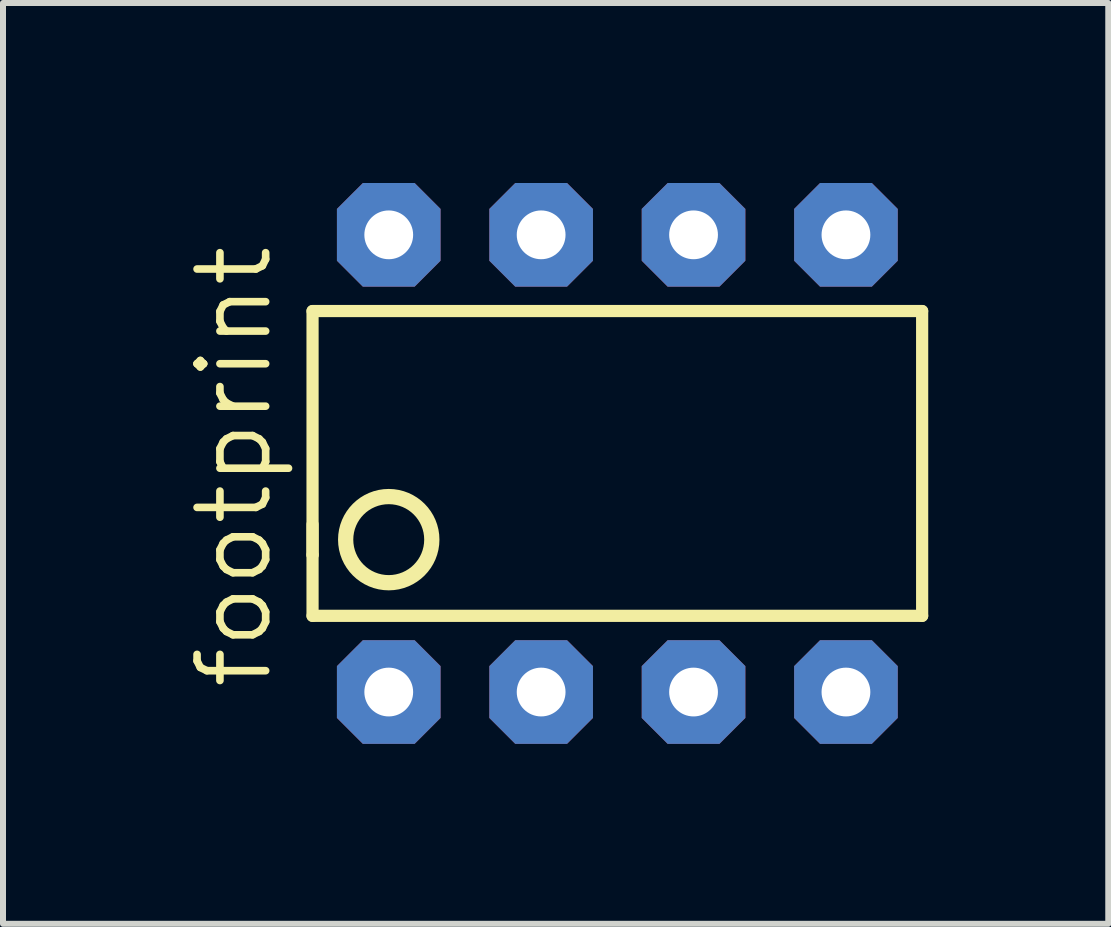
<source format=kicad_pcb>
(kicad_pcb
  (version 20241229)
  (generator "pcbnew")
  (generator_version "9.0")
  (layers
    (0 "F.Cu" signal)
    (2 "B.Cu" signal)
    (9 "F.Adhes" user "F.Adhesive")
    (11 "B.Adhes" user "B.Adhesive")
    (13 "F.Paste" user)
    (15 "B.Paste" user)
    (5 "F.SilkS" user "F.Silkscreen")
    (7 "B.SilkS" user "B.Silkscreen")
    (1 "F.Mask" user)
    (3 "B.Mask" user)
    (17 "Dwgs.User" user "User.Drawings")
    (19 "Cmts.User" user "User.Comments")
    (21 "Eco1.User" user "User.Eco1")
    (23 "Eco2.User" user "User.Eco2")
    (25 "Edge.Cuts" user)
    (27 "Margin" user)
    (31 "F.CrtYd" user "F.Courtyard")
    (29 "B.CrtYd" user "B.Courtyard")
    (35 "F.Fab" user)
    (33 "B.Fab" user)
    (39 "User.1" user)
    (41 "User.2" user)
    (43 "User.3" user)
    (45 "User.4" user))
  (footprint "footprint"
    (layer "F.Cu")
    (at 7.239 4.674)
    (property "Reference" "footprint" (at -5.715 3.81 90) (layer "F.SilkS") (effects (font (size 1.143 1.143) (thickness 0.127)) (justify left bottom)))
    (fp_line (start -5.08 -2.54) (end -5.08 1.524) (stroke (width 0.203) (type solid)) (layer "F.SilkS"))
    (fp_line (start -5.08 -2.54) (end 5.08 -2.54) (stroke (width 0.203) (type solid)) (layer "F.SilkS"))
    (fp_line (start -5.08 1.524) (end -5.08 1.016) (stroke (width 0.203) (type solid)) (layer "F.SilkS"))
    (fp_line (start -5.08 2.54) (end -5.08 1.524) (stroke (width 0.203) (type solid)) (layer "F.SilkS"))
    (fp_line (start -5.08 2.54) (end 5.08 2.54) (stroke (width 0.203) (type solid)) (layer "F.SilkS"))
    (fp_line (start 5.08 -2.54) (end 5.08 2.54) (stroke (width 0.203) (type solid)) (layer "F.SilkS"))
    (fp_circle (center -3.81 1.27) (end -3.092 1.27) (stroke (width 0.254) (type solid)) (fill no) (layer "F.SilkS"))
    (pad "1" thru_hole roundrect (at -3.81 3.81) (size 1.727 1.727) (drill 0.813) (layers "*.Cu" "*.Mask") (roundrect_rratio 0.25) (chamfer_ratio 0.25) (chamfer top_left top_right bottom_left bottom_right))
    (pad "2" thru_hole roundrect (at -1.27 3.81) (size 1.727 1.727) (drill 0.813) (layers "*.Cu" "*.Mask") (roundrect_rratio 0.25) (chamfer_ratio 0.25) (chamfer top_left top_right bottom_left bottom_right))
    (pad "3" thru_hole roundrect (at 1.27 3.81) (size 1.727 1.727) (drill 0.813) (layers "*.Cu" "*.Mask") (roundrect_rratio 0.25) (chamfer_ratio 0.25) (chamfer top_left top_right bottom_left bottom_right))
    (pad "4" thru_hole roundrect (at 3.81 3.81) (size 1.727 1.727) (drill 0.813) (layers "*.Cu" "*.Mask") (roundrect_rratio 0.25) (chamfer_ratio 0.25) (chamfer top_left top_right bottom_left bottom_right))
    (pad "5" thru_hole roundrect (at 3.81 -3.81) (size 1.727 1.727) (drill 0.813) (layers "*.Cu" "*.Mask") (roundrect_rratio 0.25) (chamfer_ratio 0.25) (chamfer top_left top_right bottom_left bottom_right))
    (pad "6" thru_hole roundrect (at 1.27 -3.81) (size 1.727 1.727) (drill 0.813) (layers "*.Cu" "*.Mask") (roundrect_rratio 0.25) (chamfer_ratio 0.25) (chamfer top_left top_right bottom_left bottom_right))
    (pad "7" thru_hole roundrect (at -1.27 -3.81) (size 1.727 1.727) (drill 0.813) (layers "*.Cu" "*.Mask") (roundrect_rratio 0.25) (chamfer_ratio 0.25) (chamfer top_left top_right bottom_left bottom_right))
    (pad "8" thru_hole roundrect (at -3.81 -3.81) (size 1.727 1.727) (drill 0.813) (layers "*.Cu" "*.Mask") (roundrect_rratio 0.25) (chamfer_ratio 0.25) (chamfer top_left top_right bottom_left bottom_right)))
  (gr_rect
    (start -3 -3)
    (end 15.421 12.347)
    (stroke (width 0.1) (type default))
    (fill no)
    (layer "Edge.Cuts")))
</source>
